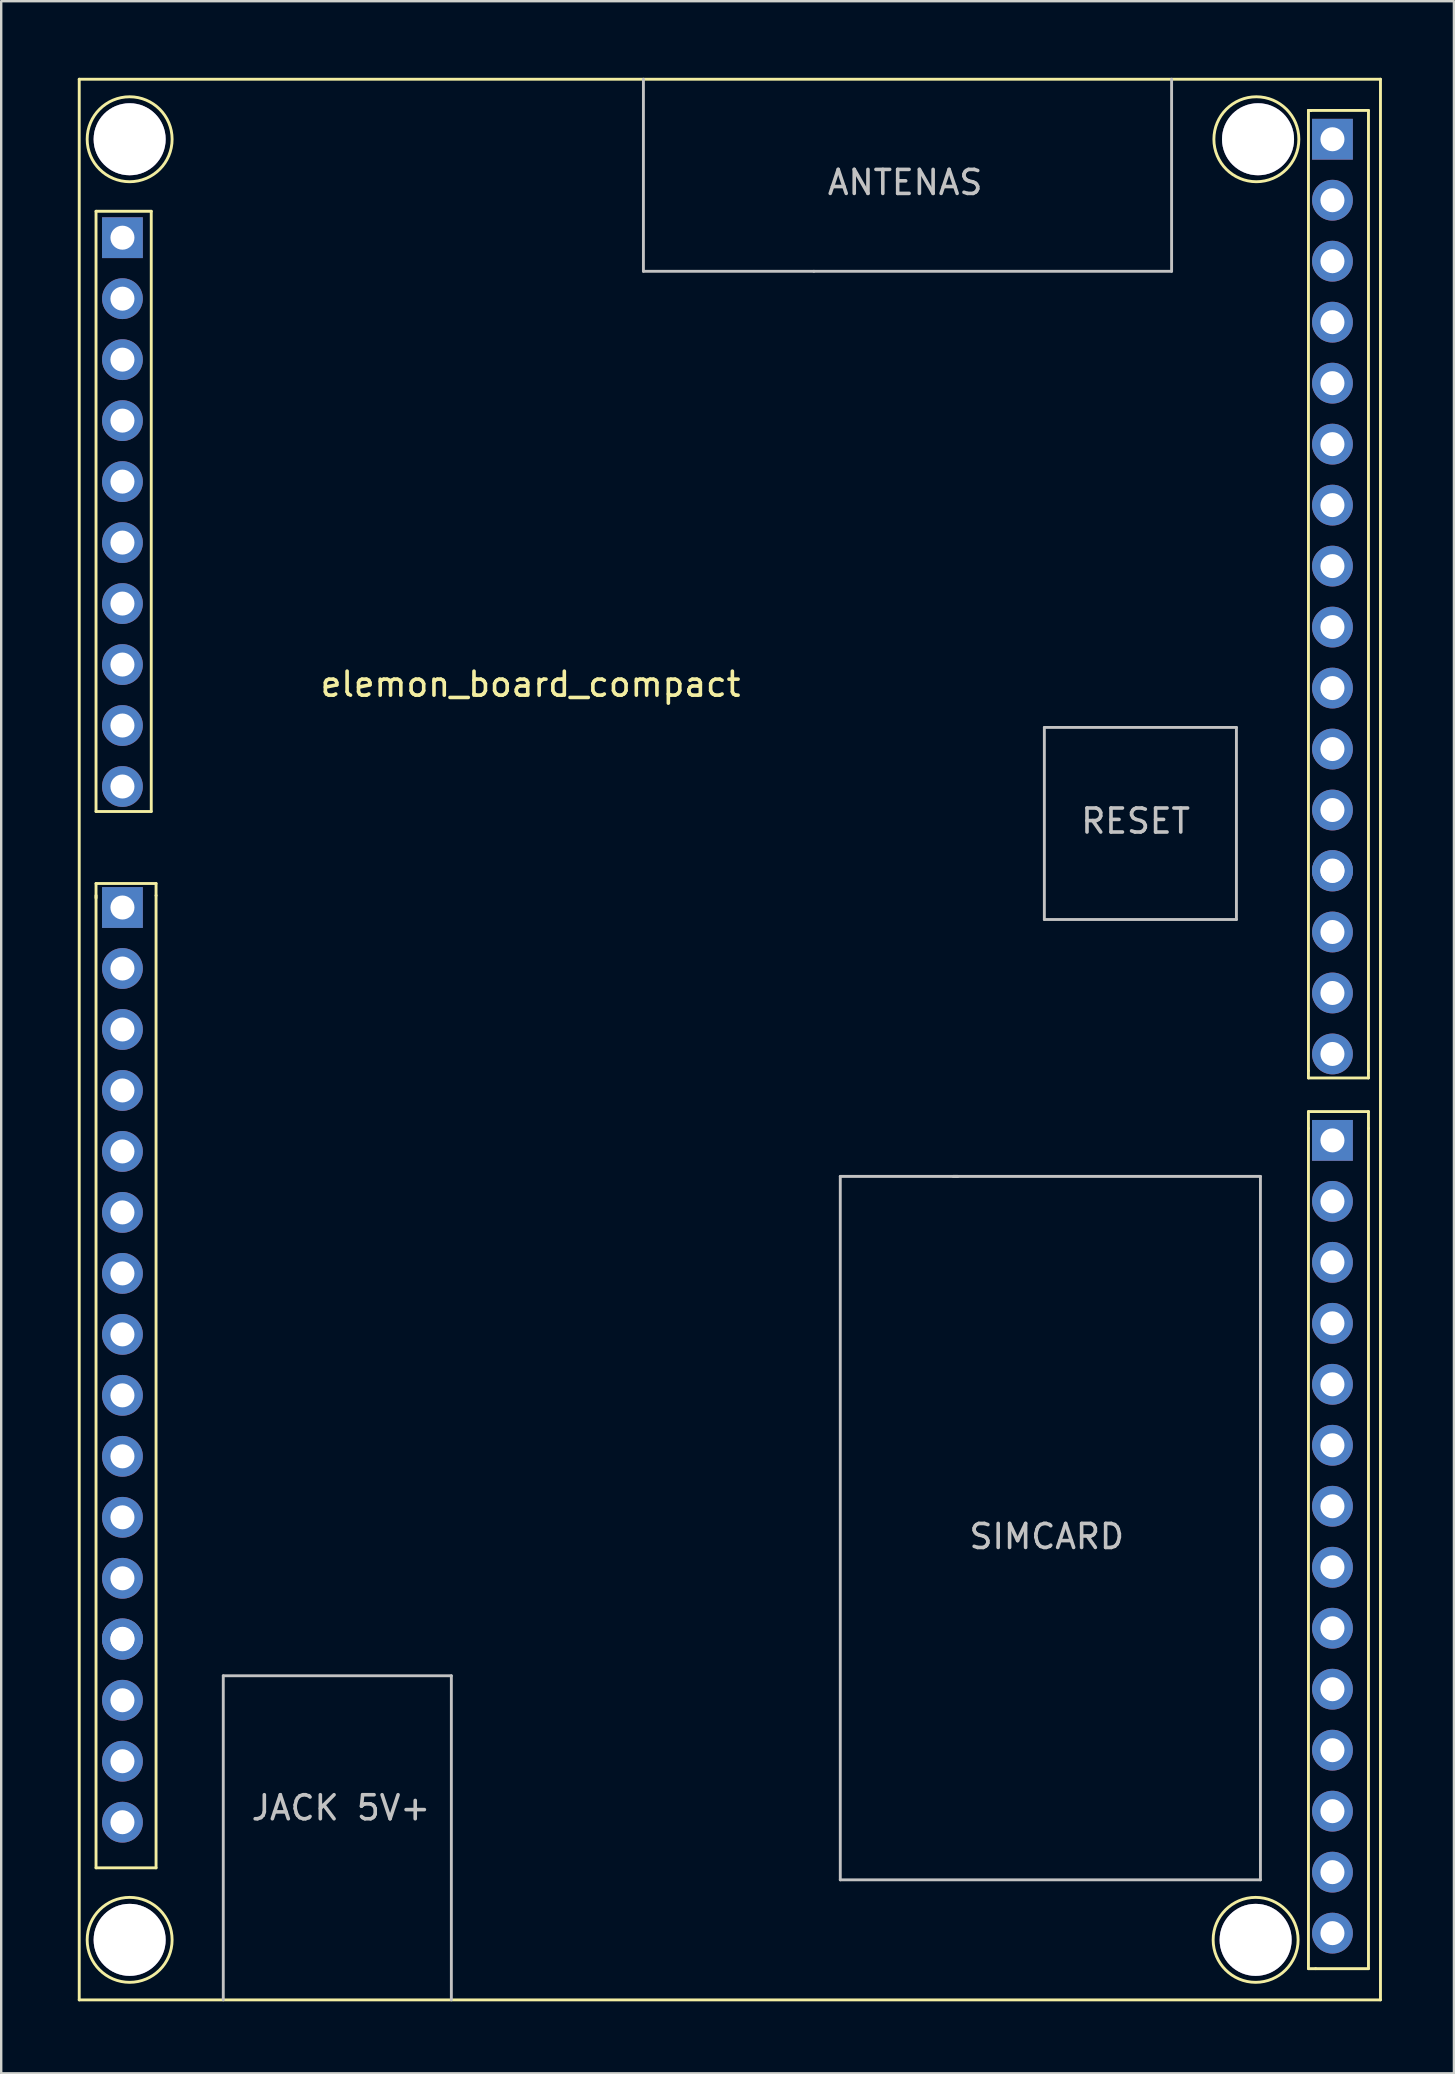
<source format=kicad_pcb>
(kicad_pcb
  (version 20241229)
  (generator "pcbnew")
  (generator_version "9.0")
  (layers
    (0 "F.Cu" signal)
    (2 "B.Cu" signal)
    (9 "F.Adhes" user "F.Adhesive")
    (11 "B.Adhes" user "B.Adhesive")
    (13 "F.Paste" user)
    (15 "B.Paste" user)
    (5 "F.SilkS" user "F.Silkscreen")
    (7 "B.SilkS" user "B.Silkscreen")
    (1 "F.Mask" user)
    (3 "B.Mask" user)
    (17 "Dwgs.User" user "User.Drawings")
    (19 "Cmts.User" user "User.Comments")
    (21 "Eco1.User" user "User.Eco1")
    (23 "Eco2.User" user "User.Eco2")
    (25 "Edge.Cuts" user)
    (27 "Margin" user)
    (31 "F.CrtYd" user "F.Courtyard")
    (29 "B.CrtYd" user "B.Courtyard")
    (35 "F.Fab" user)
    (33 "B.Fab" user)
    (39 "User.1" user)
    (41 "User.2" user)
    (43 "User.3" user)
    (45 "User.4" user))
  (footprint "elemon_board_compact"
    (layer "F.Cu")
    (at 0.25 0.25)
    (property "Reference" "elemon_board_compact" (at 18.8 25.2 0) (layer "F.SilkS") (effects (font (size 1 1) (thickness 0.15))))
    (attr through_hole)
    (fp_line (start 0 0) (end 0 80) (stroke (width 0.12) (type solid)) (layer "F.SilkS"))
    (fp_line (start 0 0) (end 54.2 0) (stroke (width 0.12) (type solid)) (layer "F.SilkS"))
    (fp_line (start 0.7 5.5) (end 3 5.5) (stroke (width 0.12) (type solid)) (layer "F.SilkS"))
    (fp_line (start 0.7 30.5) (end 0.7 5.5) (stroke (width 0.12) (type solid)) (layer "F.SilkS"))
    (fp_line (start 0.7 30.5) (end 3 30.5) (stroke (width 0.12) (type solid)) (layer "F.SilkS"))
    (fp_line (start 0.7 33.5) (end 0.7 34.1) (stroke (width 0.12) (type solid)) (layer "F.SilkS"))
    (fp_line (start 0.7 34) (end 0.7 74.5) (stroke (width 0.12) (type solid)) (layer "F.SilkS"))
    (fp_line (start 0.7 74.5) (end 3.2 74.5) (stroke (width 0.12) (type solid)) (layer "F.SilkS"))
    (fp_line (start 3 30.5) (end 3 5.5) (stroke (width 0.12) (type solid)) (layer "F.SilkS"))
    (fp_line (start 3.2 33.5) (end 0.7 33.5) (stroke (width 0.12) (type solid)) (layer "F.SilkS"))
    (fp_line (start 3.2 34) (end 3.2 33.5) (stroke (width 0.12) (type solid)) (layer "F.SilkS"))
    (fp_line (start 3.2 34) (end 3.2 74.5) (stroke (width 0.12) (type solid)) (layer "F.SilkS"))
    (fp_line (start 51.2 1.3) (end 51.3 1.3) (stroke (width 0.12) (type solid)) (layer "F.SilkS"))
    (fp_line (start 51.2 41.3) (end 51.2 1.3) (stroke (width 0.12) (type solid)) (layer "F.SilkS"))
    (fp_line (start 51.2 41.6) (end 51.2 41.3) (stroke (width 0.12) (type solid)) (layer "F.SilkS"))
    (fp_line (start 51.2 43) (end 51.2 43.7) (stroke (width 0.12) (type solid)) (layer "F.SilkS"))
    (fp_line (start 51.2 43.7) (end 51.2 78.7) (stroke (width 0.12) (type solid)) (layer "F.SilkS"))
    (fp_line (start 51.2 78.7) (end 51.5 78.7) (stroke (width 0.12) (type solid)) (layer "F.SilkS"))
    (fp_line (start 51.3 1.3) (end 51.2 1.3) (stroke (width 0.12) (type solid)) (layer "F.SilkS"))
    (fp_line (start 51.3 1.3) (end 53.7 1.3) (stroke (width 0.12) (type solid)) (layer "F.SilkS"))
    (fp_line (start 53.7 41.3) (end 53.7 1.3) (stroke (width 0.12) (type solid)) (layer "F.SilkS"))
    (fp_line (start 53.7 41.3) (end 53.7 41.6) (stroke (width 0.12) (type solid)) (layer "F.SilkS"))
    (fp_line (start 53.7 41.6) (end 51.2 41.6) (stroke (width 0.12) (type solid)) (layer "F.SilkS"))
    (fp_line (start 53.7 43) (end 51.2 43) (stroke (width 0.12) (type solid)) (layer "F.SilkS"))
    (fp_line (start 53.7 43.7) (end 53.7 43) (stroke (width 0.12) (type solid)) (layer "F.SilkS"))
    (fp_line (start 53.7 43.7) (end 53.7 78.7) (stroke (width 0.12) (type solid)) (layer "F.SilkS"))
    (fp_line (start 53.7 78.7) (end 51.5 78.7) (stroke (width 0.12) (type solid)) (layer "F.SilkS"))
    (fp_line (start 54.2 0) (end 54.2 80) (stroke (width 0.12) (type solid)) (layer "F.SilkS"))
    (fp_line (start 54.2 80) (end 0 80) (stroke (width 0.12) (type solid)) (layer "F.SilkS"))
    (fp_circle (center 1.8 6.7) (end 2 6.5) (stroke (width 0.12) (type solid)) (fill no) (layer "F.SilkS"))
    (fp_circle (center 1.8 34.5) (end 2 34.2) (stroke (width 0.12) (type solid)) (fill no) (layer "F.SilkS"))
    (fp_circle (center 2.1 2.5) (end 3.4 3.7) (stroke (width 0.12) (type solid)) (fill no) (layer "F.SilkS"))
    (fp_circle (center 2.1 77.5) (end 3.4 78.7) (stroke (width 0.12) (type solid)) (fill no) (layer "F.SilkS"))
    (fp_circle (center 49 77.5) (end 50.3 78.7) (stroke (width 0.12) (type solid)) (fill no) (layer "F.SilkS"))
    (fp_circle (center 49.031 2.5) (end 50.331 3.7) (stroke (width 0.12) (type solid)) (fill no) (layer "F.SilkS"))
    (fp_circle (center 52.2 2.5) (end 52.4 2.3) (stroke (width 0.12) (type solid)) (fill no) (layer "F.SilkS"))
    (fp_circle (center 52.2 44.2) (end 52.483 44.2) (stroke (width 0.12) (type solid)) (fill no) (layer "F.SilkS"))
    (fp_line (start 6 66.5) (end 6 80) (stroke (width 0.12) (type solid)) (layer "Dwgs.User"))
    (fp_line (start 15.5 66.5) (end 6 66.5) (stroke (width 0.12) (type solid)) (layer "Dwgs.User"))
    (fp_line (start 15.5 80) (end 15.5 66.5) (stroke (width 0.12) (type solid)) (layer "Dwgs.User"))
    (fp_line (start 23.5 0) (end 23.5 8) (stroke (width 0.12) (type solid)) (layer "Dwgs.User"))
    (fp_line (start 23.5 8) (end 30.6 8) (stroke (width 0.12) (type solid)) (layer "Dwgs.User"))
    (fp_line (start 31.7 45.7) (end 36.6 45.7) (stroke (width 0.12) (type solid)) (layer "Dwgs.User"))
    (fp_line (start 31.7 75) (end 31.7 45.7) (stroke (width 0.12) (type solid)) (layer "Dwgs.User"))
    (fp_line (start 31.7 75) (end 49.2 75) (stroke (width 0.12) (type solid)) (layer "Dwgs.User"))
    (fp_line (start 40.2 27) (end 40.2 35) (stroke (width 0.12) (type solid)) (layer "Dwgs.User"))
    (fp_line (start 40.2 35) (end 48.2 35) (stroke (width 0.12) (type solid)) (layer "Dwgs.User"))
    (fp_line (start 45.5 0) (end 45.5 8) (stroke (width 0.12) (type solid)) (layer "Dwgs.User"))
    (fp_line (start 45.5 8) (end 30.6 8) (stroke (width 0.12) (type solid)) (layer "Dwgs.User"))
    (fp_line (start 48.2 27) (end 40.2 27) (stroke (width 0.12) (type solid)) (layer "Dwgs.User"))
    (fp_line (start 48.2 27) (end 48.2 35) (stroke (width 0.12) (type solid)) (layer "Dwgs.User"))
    (fp_line (start 49.2 45.7) (end 36.4 45.7) (stroke (width 0.12) (type solid)) (layer "Dwgs.User"))
    (fp_line (start 49.2 75) (end 49.2 45.7) (stroke (width 0.12) (type solid)) (layer "Dwgs.User"))
    (fp_text user "RESET" (at 44 30.9 0) (layer "Dwgs.User") (effects (font (size 1 1) (thickness 0.15))))
    (fp_text user "JACK 5V+" (at 10.9 72 0) (layer "Dwgs.User") (effects (font (size 1 1) (thickness 0.15))))
    (fp_text user "ANTENAS" (at 34.4 4.3 0) (layer "Dwgs.User") (effects (font (size 1 1) (thickness 0.15))))
    (fp_text user "SIMCARD" (at 40.3 60.7 0) (layer "Dwgs.User") (effects (font (size 1 1) (thickness 0.15))))
    (pad "1" thru_hole rect (at 1.8 6.6) (size 1.7 1.7) (drill 1) (layers "*.Cu" "*.Mask"))
    (pad "2" thru_hole circle (at 1.8 9.14) (size 1.7 1.7) (drill 1) (layers "*.Cu" "*.Mask"))
    (pad "2" thru_hole circle (at 2.1 2.5) (size 3 3) (drill 3) (layers "*.Cu" "*.Mask"))
    (pad "2" thru_hole circle (at 2.1 77.5) (size 3 3) (drill 3) (layers "*.Cu" "*.Mask"))
    (pad "2" thru_hole circle (at 49 77.5) (size 3 3) (drill 3) (layers "*.Cu" "*.Mask"))
    (pad "2" thru_hole circle (at 49.1 2.5) (size 3 3) (drill 3) (layers "*.Cu" "*.Mask"))
    (pad "3" thru_hole circle (at 1.8 11.68) (size 1.7 1.7) (drill 1) (layers "*.Cu" "*.Mask"))
    (pad "4" thru_hole circle (at 1.8 14.22) (size 1.7 1.7) (drill 1) (layers "*.Cu" "*.Mask"))
    (pad "5" thru_hole circle (at 1.8 16.76) (size 1.7 1.7) (drill 1) (layers "*.Cu" "*.Mask"))
    (pad "6" thru_hole circle (at 1.8 19.3) (size 1.7 1.7) (drill 1) (layers "*.Cu" "*.Mask"))
    (pad "7" thru_hole circle (at 1.8 21.84) (size 1.7 1.7) (drill 1) (layers "*.Cu" "*.Mask"))
    (pad "8" thru_hole circle (at 1.8 24.38) (size 1.7 1.7) (drill 1) (layers "*.Cu" "*.Mask"))
    (pad "9" thru_hole circle (at 1.8 26.92) (size 1.7 1.7) (drill 1) (layers "*.Cu" "*.Mask"))
    (pad "10" thru_hole circle (at 1.8 29.46) (size 1.7 1.7) (drill 1) (layers "*.Cu" "*.Mask"))
    (pad "11" thru_hole rect (at 1.8 34.5) (size 1.7 1.7) (drill 1) (layers "*.Cu" "*.Mask"))
    (pad "12" thru_hole circle (at 1.8 37.04) (size 1.7 1.7) (drill 1) (layers "*.Cu" "*.Mask"))
    (pad "13" thru_hole circle (at 1.8 39.58) (size 1.7 1.7) (drill 1) (layers "*.Cu" "*.Mask"))
    (pad "14" thru_hole circle (at 1.8 42.12) (size 1.7 1.7) (drill 1) (layers "*.Cu" "*.Mask"))
    (pad "15" thru_hole circle (at 1.8 44.66) (size 1.7 1.7) (drill 1) (layers "*.Cu" "*.Mask"))
    (pad "16" thru_hole circle (at 1.8 47.2) (size 1.7 1.7) (drill 1) (layers "*.Cu" "*.Mask"))
    (pad "17" thru_hole circle (at 1.8 49.74) (size 1.7 1.7) (drill 1) (layers "*.Cu" "*.Mask"))
    (pad "18" thru_hole circle (at 1.8 52.28) (size 1.7 1.7) (drill 1) (layers "*.Cu" "*.Mask"))
    (pad "19" thru_hole circle (at 1.8 54.82) (size 1.7 1.7) (drill 1) (layers "*.Cu" "*.Mask"))
    (pad "20" thru_hole circle (at 1.8 57.36) (size 1.7 1.7) (drill 1) (layers "*.Cu" "*.Mask"))
    (pad "21" thru_hole circle (at 1.8 59.9) (size 1.7 1.7) (drill 1) (layers "*.Cu" "*.Mask"))
    (pad "22" thru_hole circle (at 1.8 62.44) (size 1.7 1.7) (drill 1) (layers "*.Cu" "*.Mask"))
    (pad "23" thru_hole circle (at 1.8 64.96) (size 1.7 1.7) (drill 1) (layers "*.Cu" "*.Mask"))
    (pad "24" thru_hole circle (at 1.8 64.98) (size 1.7 1.7) (drill 1) (layers "*.Cu" "*.Mask"))
    (pad "25" thru_hole circle (at 1.8 67.52) (size 1.7 1.7) (drill 1) (layers "*.Cu" "*.Mask"))
    (pad "26" thru_hole circle (at 1.8 70.06) (size 1.7 1.7) (drill 1) (layers "*.Cu" "*.Mask"))
    (pad "27" thru_hole circle (at 1.8 72.6) (size 1.7 1.7) (drill 1) (layers "*.Cu" "*.Mask"))
    (pad "28" thru_hole rect (at 52.2 2.5) (size 1.7 1.7) (drill 1) (layers "*.Cu" "*.Mask"))
    (pad "29" thru_hole circle (at 52.2 5.04) (size 1.7 1.7) (drill 1) (layers "*.Cu" "*.Mask"))
    (pad "30" thru_hole circle (at 52.2 7.58) (size 1.7 1.7) (drill 1) (layers "*.Cu" "*.Mask"))
    (pad "31" thru_hole circle (at 52.2 10.12) (size 1.7 1.7) (drill 1) (layers "*.Cu" "*.Mask"))
    (pad "32" thru_hole circle (at 52.2 12.66) (size 1.7 1.7) (drill 1) (layers "*.Cu" "*.Mask"))
    (pad "33" thru_hole circle (at 52.2 15.2) (size 1.7 1.7) (drill 1) (layers "*.Cu" "*.Mask"))
    (pad "34" thru_hole circle (at 52.2 17.74) (size 1.7 1.7) (drill 1) (layers "*.Cu" "*.Mask"))
    (pad "35" thru_hole circle (at 52.2 20.28) (size 1.7 1.7) (drill 1) (layers "*.Cu" "*.Mask"))
    (pad "36" thru_hole circle (at 52.2 22.82) (size 1.7 1.7) (drill 1) (layers "*.Cu" "*.Mask"))
    (pad "37" thru_hole circle (at 52.2 25.36) (size 1.7 1.7) (drill 1) (layers "*.Cu" "*.Mask"))
    (pad "38" thru_hole circle (at 52.2 27.9) (size 1.7 1.7) (drill 1) (layers "*.Cu" "*.Mask"))
    (pad "39" thru_hole circle (at 52.2 30.44) (size 1.7 1.7) (drill 1) (layers "*.Cu" "*.Mask"))
    (pad "40" thru_hole circle (at 52.2 32.98) (size 1.7 1.7) (drill 1) (layers "*.Cu" "*.Mask"))
    (pad "41" thru_hole circle (at 52.2 32.96) (size 1.7 1.7) (drill 1) (layers "*.Cu" "*.Mask"))
    (pad "42" thru_hole circle (at 52.2 35.52) (size 1.7 1.7) (drill 1) (layers "*.Cu" "*.Mask"))
    (pad "43" thru_hole circle (at 52.2 38.06) (size 1.7 1.7) (drill 1) (layers "*.Cu" "*.Mask"))
    (pad "44" thru_hole circle (at 52.2 40.6) (size 1.7 1.7) (drill 1) (layers "*.Cu" "*.Mask"))
    (pad "45" thru_hole rect (at 52.2 44.2) (size 1.7 1.7) (drill 1) (layers "*.Cu" "*.Mask"))
    (pad "46" thru_hole circle (at 52.2 46.74) (size 1.7 1.7) (drill 1) (layers "*.Cu" "*.Mask"))
    (pad "47" thru_hole circle (at 52.2 49.28) (size 1.7 1.7) (drill 1) (layers "*.Cu" "*.Mask"))
    (pad "48" thru_hole circle (at 52.2 51.82) (size 1.7 1.7) (drill 1) (layers "*.Cu" "*.Mask"))
    (pad "49" thru_hole circle (at 52.2 54.36) (size 1.7 1.7) (drill 1) (layers "*.Cu" "*.Mask"))
    (pad "50" thru_hole circle (at 52.2 56.9) (size 1.7 1.7) (drill 1) (layers "*.Cu" "*.Mask"))
    (pad "51" thru_hole circle (at 52.2 59.44) (size 1.7 1.7) (drill 1) (layers "*.Cu" "*.Mask"))
    (pad "52" thru_hole circle (at 52.2 61.98) (size 1.7 1.7) (drill 1) (layers "*.Cu" "*.Mask"))
    (pad "53" thru_hole circle (at 52.2 64.52) (size 1.7 1.7) (drill 1) (layers "*.Cu" "*.Mask"))
    (pad "54" thru_hole circle (at 52.2 67.06) (size 1.7 1.7) (drill 1) (layers "*.Cu" "*.Mask"))
    (pad "55" thru_hole circle (at 52.2 69.6) (size 1.7 1.7) (drill 1) (layers "*.Cu" "*.Mask"))
    (pad "56" thru_hole circle (at 52.2 72.14) (size 1.7 1.7) (drill 1) (layers "*.Cu" "*.Mask"))
    (pad "57" thru_hole circle (at 52.2 74.68) (size 1.7 1.7) (drill 1) (layers "*.Cu" "*.Mask"))
    (pad "58" thru_hole circle (at 52.2 77.22) (size 1.7 1.7) (drill 1) (layers "*.Cu" "*.Mask")))
  (gr_rect
    (start -3 -3)
    (end 57.51 83.31)
    (stroke (width 0.1) (type default))
    (fill no)
    (layer "Edge.Cuts")))
</source>
